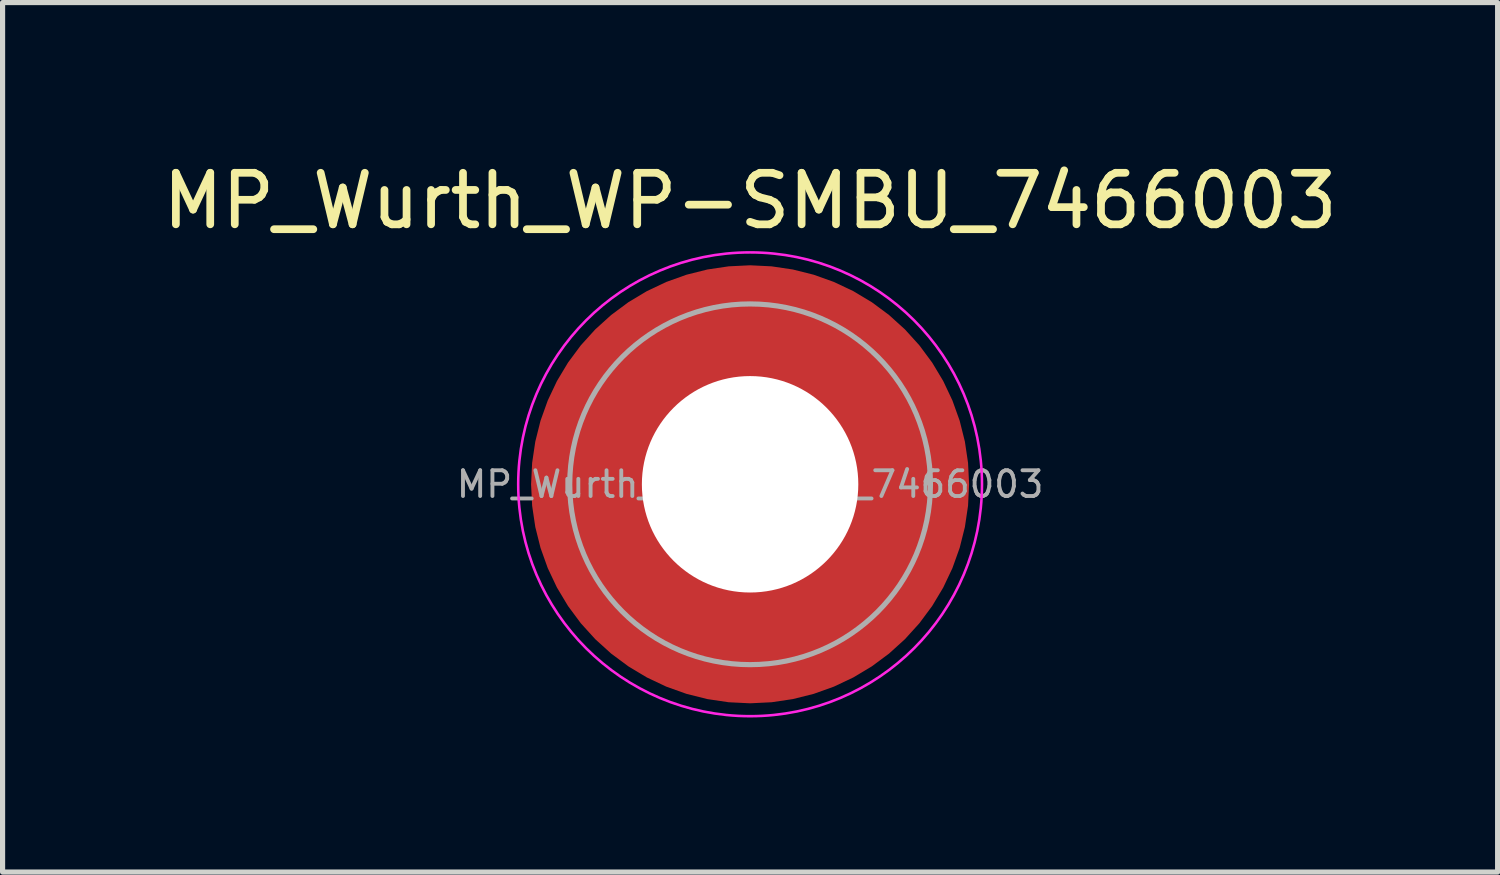
<source format=kicad_pcb>
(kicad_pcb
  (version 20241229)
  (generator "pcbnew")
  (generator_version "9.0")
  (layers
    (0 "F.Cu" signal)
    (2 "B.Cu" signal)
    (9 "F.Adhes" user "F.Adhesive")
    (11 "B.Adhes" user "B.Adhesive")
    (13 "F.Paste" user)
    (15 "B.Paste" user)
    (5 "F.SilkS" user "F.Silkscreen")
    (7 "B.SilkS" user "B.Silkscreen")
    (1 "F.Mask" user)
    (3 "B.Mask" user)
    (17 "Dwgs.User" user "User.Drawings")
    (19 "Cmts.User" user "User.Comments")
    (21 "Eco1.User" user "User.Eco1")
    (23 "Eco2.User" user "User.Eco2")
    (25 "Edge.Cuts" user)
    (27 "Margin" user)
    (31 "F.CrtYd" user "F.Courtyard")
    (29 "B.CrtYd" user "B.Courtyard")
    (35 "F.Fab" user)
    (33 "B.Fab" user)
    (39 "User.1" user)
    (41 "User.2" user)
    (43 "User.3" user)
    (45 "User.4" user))
  (footprint "MP_Wurth_WP-SMBU_7466003"
    (layer "F.Cu")
    (at 11.506 6.348)
    (property "Reference" "MP_Wurth_WP-SMBU_7466003" (at 0 -5.5 0) (unlocked yes) (layer "F.SilkS") (effects (font (size 1 1) (thickness 0.15))))
    (attr smd)
    (fp_poly (pts (xy -2.18 0.534) (xy -2.165 0.594) (xy -2.14 0.679) (xy -2.105 0.783) (xy -2.055 0.903) (xy -2.006 1.013) (xy -1.956 1.103) (xy -1.906 1.187) (xy -1.851 1.272) (xy -1.771 1.382) (xy -1.691 1.477) (xy -1.611 1.567) (xy -1.537 1.636) (xy -1.462 1.706) (xy -1.387 1.766) (xy -1.287 1.841) (xy -1.212 1.891) (xy -1.127 1.941) (xy -1.068 1.976) (xy -1.003 2.011) (xy -0.958 2.03) (xy -0.958 2.03) (xy -0.873 2.07) (xy -0.783 2.105) (xy -0.698 2.135) (xy -0.629 2.155) (xy -0.579 2.17) (xy -0.495 2.191) (xy -0.495 4.126) (xy -0.576 4.115) (xy -0.646 4.105) (xy -0.716 4.095) (xy -0.716 4.095) (xy -0.796 4.08) (xy -0.796 4.08) (xy -0.861 4.065) (xy -0.941 4.05) (xy -0.941 4.05) (xy -1.036 4.025) (xy -1.116 4.005) (xy -1.116 4.005) (xy -1.186 3.985) (xy -1.187 3.985) (xy -1.277 3.955) (xy -1.341 3.935) (xy -1.342 3.935) (xy -1.442 3.9) (xy -1.442 3.9) (xy -1.552 3.855) (xy -1.652 3.815) (xy -1.652 3.815) (xy -1.762 3.765) (xy -1.847 3.725) (xy -1.847 3.724) (xy -1.972 3.659) (xy -1.972 3.659) (xy -2.172 3.544) (xy -2.173 3.544) (xy -2.288 3.469) (xy -2.288 3.469) (xy -2.398 3.394) (xy -2.398 3.394) (xy -2.493 3.324) (xy -2.493 3.324) (xy -2.603 3.239) (xy -2.603 3.239) (xy -2.698 3.159) (xy -2.808 3.064) (xy -2.808 3.064) (xy -2.898 2.979) (xy -2.899 2.979) (xy -2.949 2.929) (xy -2.949 2.928) (xy -3.009 2.863) (xy -3.079 2.788) (xy -3.079 2.788) (xy -3.199 2.653) (xy -3.199 2.653) (xy -3.299 2.528) (xy -3.299 2.528) (xy -3.359 2.448) (xy -3.359 2.448) (xy -3.394 2.398) (xy -3.424 2.358) (xy -3.424 2.358) (xy -3.464 2.298) (xy -3.489 2.263) (xy -3.489 2.262) (xy -3.514 2.218) (xy -3.539 2.178) (xy -3.564 2.138) (xy -3.564 2.137) (xy -3.584 2.103) (xy -3.614 2.053) (xy -3.614 2.052) (xy -3.644 1.997) (xy -3.669 1.952) (xy -3.669 1.952) (xy -3.694 1.902) (xy -3.724 1.847) (xy -3.725 1.847) (xy -3.745 1.802) (xy -3.769 1.752) (xy -3.77 1.752) (xy -3.82 1.642) (xy -3.82 1.642) (xy -3.845 1.577) (xy -3.87 1.517) (xy -3.89 1.467) (xy -3.89 1.467) (xy -3.9 1.437) (xy -3.92 1.382) (xy -3.92 1.382) (xy -3.935 1.337) (xy -3.955 1.282) (xy -3.955 1.281) (xy -3.975 1.216) (xy -3.975 1.216) (xy -3.995 1.146) (xy -4.01 1.096) (xy -4.01 1.096) (xy -4.04 0.976) (xy -4.06 0.891) (xy -4.06 0.891) (xy -4.085 0.766) (xy -4.085 0.766) (xy -4.11 0.616) (xy -4.11 0.616) (xy -4.115 0.581) (xy -4.12 0.541) (xy -4.126 0.495) (xy -2.186 0.495)) (stroke (width 0) (type default)) (fill yes) (layer "F.Paste"))
    (fp_poly (pts (xy -0.495 -2.186) (xy -0.534 -2.18) (xy -0.594 -2.165) (xy -0.679 -2.14) (xy -0.783 -2.105) (xy -0.903 -2.055) (xy -1.013 -2.006) (xy -1.103 -1.956) (xy -1.187 -1.906) (xy -1.272 -1.851) (xy -1.382 -1.771) (xy -1.477 -1.691) (xy -1.567 -1.611) (xy -1.636 -1.537) (xy -1.706 -1.462) (xy -1.766 -1.387) (xy -1.841 -1.287) (xy -1.891 -1.212) (xy -1.941 -1.127) (xy -1.976 -1.068) (xy -2.011 -1.003) (xy -2.03 -0.958) (xy -2.03 -0.958) (xy -2.07 -0.873) (xy -2.105 -0.783) (xy -2.135 -0.698) (xy -2.155 -0.629) (xy -2.17 -0.579) (xy -2.191 -0.495) (xy -4.126 -0.495) (xy -4.115 -0.576) (xy -4.105 -0.646) (xy -4.095 -0.716) (xy -4.095 -0.716) (xy -4.08 -0.796) (xy -4.08 -0.796) (xy -4.065 -0.861) (xy -4.05 -0.941) (xy -4.05 -0.941) (xy -4.025 -1.036) (xy -4.005 -1.116) (xy -4.005 -1.116) (xy -3.985 -1.186) (xy -3.985 -1.187) (xy -3.955 -1.277) (xy -3.935 -1.341) (xy -3.935 -1.342) (xy -3.9 -1.442) (xy -3.9 -1.442) (xy -3.855 -1.552) (xy -3.815 -1.652) (xy -3.815 -1.652) (xy -3.765 -1.762) (xy -3.725 -1.847) (xy -3.724 -1.847) (xy -3.659 -1.972) (xy -3.659 -1.972) (xy -3.544 -2.172) (xy -3.544 -2.173) (xy -3.469 -2.288) (xy -3.469 -2.288) (xy -3.394 -2.398) (xy -3.394 -2.398) (xy -3.324 -2.493) (xy -3.324 -2.493) (xy -3.239 -2.603) (xy -3.239 -2.603) (xy -3.159 -2.698) (xy -3.064 -2.808) (xy -3.064 -2.808) (xy -2.979 -2.898) (xy -2.979 -2.899) (xy -2.929 -2.949) (xy -2.928 -2.949) (xy -2.863 -3.009) (xy -2.788 -3.079) (xy -2.788 -3.079) (xy -2.653 -3.199) (xy -2.653 -3.199) (xy -2.528 -3.299) (xy -2.528 -3.299) (xy -2.448 -3.359) (xy -2.448 -3.359) (xy -2.398 -3.394) (xy -2.358 -3.424) (xy -2.358 -3.424) (xy -2.298 -3.464) (xy -2.263 -3.489) (xy -2.262 -3.489) (xy -2.218 -3.514) (xy -2.178 -3.539) (xy -2.138 -3.564) (xy -2.137 -3.564) (xy -2.103 -3.584) (xy -2.053 -3.614) (xy -2.052 -3.614) (xy -1.997 -3.644) (xy -1.952 -3.669) (xy -1.952 -3.669) (xy -1.902 -3.694) (xy -1.847 -3.724) (xy -1.847 -3.725) (xy -1.802 -3.745) (xy -1.752 -3.769) (xy -1.752 -3.77) (xy -1.642 -3.82) (xy -1.642 -3.82) (xy -1.577 -3.845) (xy -1.517 -3.87) (xy -1.467 -3.89) (xy -1.467 -3.89) (xy -1.437 -3.9) (xy -1.382 -3.92) (xy -1.382 -3.92) (xy -1.337 -3.935) (xy -1.282 -3.955) (xy -1.281 -3.955) (xy -1.216 -3.975) (xy -1.216 -3.975) (xy -1.146 -3.995) (xy -1.096 -4.01) (xy -1.096 -4.01) (xy -0.976 -4.04) (xy -0.891 -4.06) (xy -0.891 -4.06) (xy -0.766 -4.085) (xy -0.766 -4.085) (xy -0.616 -4.11) (xy -0.616 -4.11) (xy -0.581 -4.115) (xy -0.541 -4.12) (xy -0.495 -4.126)) (stroke (width 0) (type default)) (fill yes) (layer "F.Paste"))
    (fp_poly (pts (xy 0.576 -4.11) (xy 0.646 -4.1) (xy 0.716 -4.09) (xy 0.716 -4.09) (xy 0.796 -4.075) (xy 0.796 -4.075) (xy 0.861 -4.06) (xy 0.941 -4.045) (xy 0.941 -4.045) (xy 1.036 -4.02) (xy 1.116 -4) (xy 1.116 -4) (xy 1.186 -3.98) (xy 1.187 -3.98) (xy 1.277 -3.95) (xy 1.341 -3.93) (xy 1.342 -3.93) (xy 1.442 -3.895) (xy 1.442 -3.895) (xy 1.552 -3.85) (xy 1.652 -3.81) (xy 1.652 -3.81) (xy 1.762 -3.76) (xy 1.847 -3.72) (xy 1.847 -3.719) (xy 1.972 -3.654) (xy 1.972 -3.654) (xy 2.172 -3.539) (xy 2.173 -3.539) (xy 2.288 -3.464) (xy 2.288 -3.464) (xy 2.398 -3.389) (xy 2.398 -3.389) (xy 2.493 -3.319) (xy 2.493 -3.319) (xy 2.603 -3.234) (xy 2.603 -3.234) (xy 2.698 -3.154) (xy 2.808 -3.059) (xy 2.808 -3.059) (xy 2.898 -2.974) (xy 2.899 -2.974) (xy 2.949 -2.924) (xy 2.949 -2.923) (xy 3.009 -2.858) (xy 3.079 -2.783) (xy 3.079 -2.783) (xy 3.199 -2.648) (xy 3.199 -2.648) (xy 3.299 -2.523) (xy 3.299 -2.523) (xy 3.359 -2.443) (xy 3.359 -2.443) (xy 3.394 -2.393) (xy 3.424 -2.353) (xy 3.424 -2.353) (xy 3.464 -2.293) (xy 3.489 -2.258) (xy 3.489 -2.257) (xy 3.514 -2.213) (xy 3.539 -2.173) (xy 3.564 -2.133) (xy 3.564 -2.132) (xy 3.584 -2.098) (xy 3.614 -2.048) (xy 3.614 -2.047) (xy 3.644 -1.992) (xy 3.669 -1.947) (xy 3.669 -1.947) (xy 3.694 -1.897) (xy 3.724 -1.842) (xy 3.725 -1.842) (xy 3.745 -1.797) (xy 3.769 -1.747) (xy 3.77 -1.747) (xy 3.82 -1.637) (xy 3.82 -1.637) (xy 3.845 -1.572) (xy 3.87 -1.512) (xy 3.89 -1.462) (xy 3.89 -1.462) (xy 3.9 -1.432) (xy 3.92 -1.377) (xy 3.92 -1.377) (xy 3.935 -1.332) (xy 3.955 -1.277) (xy 3.955 -1.276) (xy 3.975 -1.211) (xy 3.975 -1.211) (xy 3.995 -1.141) (xy 4.01 -1.091) (xy 4.01 -1.091) (xy 4.04 -0.971) (xy 4.06 -0.886) (xy 4.06 -0.886) (xy 4.085 -0.761) (xy 4.085 -0.761) (xy 4.11 -0.611) (xy 4.11 -0.611) (xy 4.115 -0.576) (xy 4.12 -0.536) (xy 4.126 -0.49) (xy 2.186 -0.49) (xy 2.18 -0.529) (xy 2.165 -0.589) (xy 2.14 -0.674) (xy 2.105 -0.778) (xy 2.055 -0.898) (xy 2.006 -1.008) (xy 1.956 -1.098) (xy 1.906 -1.182) (xy 1.851 -1.267) (xy 1.771 -1.377) (xy 1.691 -1.472) (xy 1.611 -1.562) (xy 1.537 -1.631) (xy 1.462 -1.701) (xy 1.387 -1.761) (xy 1.287 -1.836) (xy 1.212 -1.886) (xy 1.127 -1.936) (xy 1.068 -1.971) (xy 1.003 -2.006) (xy 0.958 -2.025) (xy 0.958 -2.025) (xy 0.873 -2.065) (xy 0.783 -2.1) (xy 0.698 -2.13) (xy 0.629 -2.15) (xy 0.579 -2.165) (xy 0.495 -2.186) (xy 0.495 -4.121)) (stroke (width 0) (type default)) (fill yes) (layer "F.Paste"))
    (fp_poly (pts (xy 4.115 0.581) (xy 4.105 0.651) (xy 4.095 0.721) (xy 4.095 0.721) (xy 4.08 0.801) (xy 4.08 0.801) (xy 4.065 0.866) (xy 4.05 0.946) (xy 4.05 0.946) (xy 4.025 1.041) (xy 4.005 1.121) (xy 4.005 1.121) (xy 3.985 1.191) (xy 3.985 1.192) (xy 3.955 1.282) (xy 3.935 1.346) (xy 3.935 1.347) (xy 3.9 1.447) (xy 3.9 1.447) (xy 3.855 1.557) (xy 3.815 1.657) (xy 3.815 1.657) (xy 3.765 1.767) (xy 3.725 1.852) (xy 3.724 1.852) (xy 3.659 1.977) (xy 3.659 1.977) (xy 3.544 2.177) (xy 3.544 2.178) (xy 3.469 2.293) (xy 3.469 2.293) (xy 3.394 2.403) (xy 3.394 2.403) (xy 3.324 2.498) (xy 3.324 2.498) (xy 3.239 2.608) (xy 3.239 2.608) (xy 3.159 2.703) (xy 3.064 2.813) (xy 3.064 2.813) (xy 2.979 2.903) (xy 2.979 2.904) (xy 2.929 2.954) (xy 2.928 2.954) (xy 2.863 3.014) (xy 2.788 3.084) (xy 2.788 3.084) (xy 2.653 3.204) (xy 2.653 3.204) (xy 2.528 3.304) (xy 2.528 3.304) (xy 2.448 3.364) (xy 2.448 3.364) (xy 2.398 3.399) (xy 2.358 3.429) (xy 2.358 3.429) (xy 2.298 3.469) (xy 2.263 3.494) (xy 2.262 3.494) (xy 2.218 3.519) (xy 2.178 3.544) (xy 2.138 3.569) (xy 2.137 3.569) (xy 2.103 3.589) (xy 2.053 3.619) (xy 2.052 3.619) (xy 1.997 3.649) (xy 1.952 3.674) (xy 1.952 3.674) (xy 1.902 3.699) (xy 1.847 3.729) (xy 1.847 3.73) (xy 1.802 3.75) (xy 1.752 3.774) (xy 1.752 3.775) (xy 1.642 3.825) (xy 1.642 3.825) (xy 1.577 3.85) (xy 1.517 3.875) (xy 1.467 3.895) (xy 1.467 3.895) (xy 1.437 3.905) (xy 1.382 3.925) (xy 1.382 3.925) (xy 1.337 3.94) (xy 1.282 3.96) (xy 1.281 3.96) (xy 1.216 3.98) (xy 1.216 3.98) (xy 1.146 4) (xy 1.096 4.015) (xy 1.096 4.015) (xy 0.976 4.045) (xy 0.891 4.065) (xy 0.891 4.065) (xy 0.766 4.09) (xy 0.766 4.09) (xy 0.616 4.115) (xy 0.616 4.115) (xy 0.581 4.12) (xy 0.541 4.125) (xy 0.495 4.131) (xy 0.495 2.191) (xy 0.534 2.185) (xy 0.594 2.17) (xy 0.679 2.145) (xy 0.783 2.11) (xy 0.903 2.06) (xy 1.013 2.011) (xy 1.103 1.961) (xy 1.187 1.911) (xy 1.272 1.856) (xy 1.382 1.776) (xy 1.477 1.696) (xy 1.567 1.616) (xy 1.636 1.542) (xy 1.706 1.467) (xy 1.766 1.392) (xy 1.841 1.292) (xy 1.891 1.217) (xy 1.941 1.132) (xy 1.976 1.073) (xy 2.011 1.008) (xy 2.03 0.963) (xy 2.03 0.963) (xy 2.07 0.878) (xy 2.105 0.788) (xy 2.135 0.703) (xy 2.155 0.634) (xy 2.17 0.584) (xy 2.191 0.5) (xy 4.126 0.5)) (stroke (width 0) (type default)) (fill yes) (layer "F.Paste"))
    (fp_circle (center 0 0) (end 4.5 0) (stroke (width 0.05) (type solid)) (fill no) (layer "F.CrtYd"))
    (fp_circle (center 0 0) (end 3.5 0) (stroke (width 0.1) (type solid)) (fill no) (layer "F.Fab"))
    (fp_text user "${REFERENCE}" (at 0 0 0) (unlocked yes) (layer "F.Fab") (effects (font (size 0.5 0.5) (thickness 0.075))))
    (pad "" np_thru_hole circle (at 0 0) (size 4.2 4.2) (drill 4.2) (layers "*.Cu" "*.Mask"))
    (pad "1" smd roundrect (at 0 0) (size 8.5 8.5) (layers "F.Cu" "F.Mask") (roundrect_rratio 0.5)))
  (gr_rect
    (start -3 -3)
    (end 26.012 13.873)
    (stroke (width 0.1) (type default))
    (fill no)
    (layer "Edge.Cuts")))
</source>
